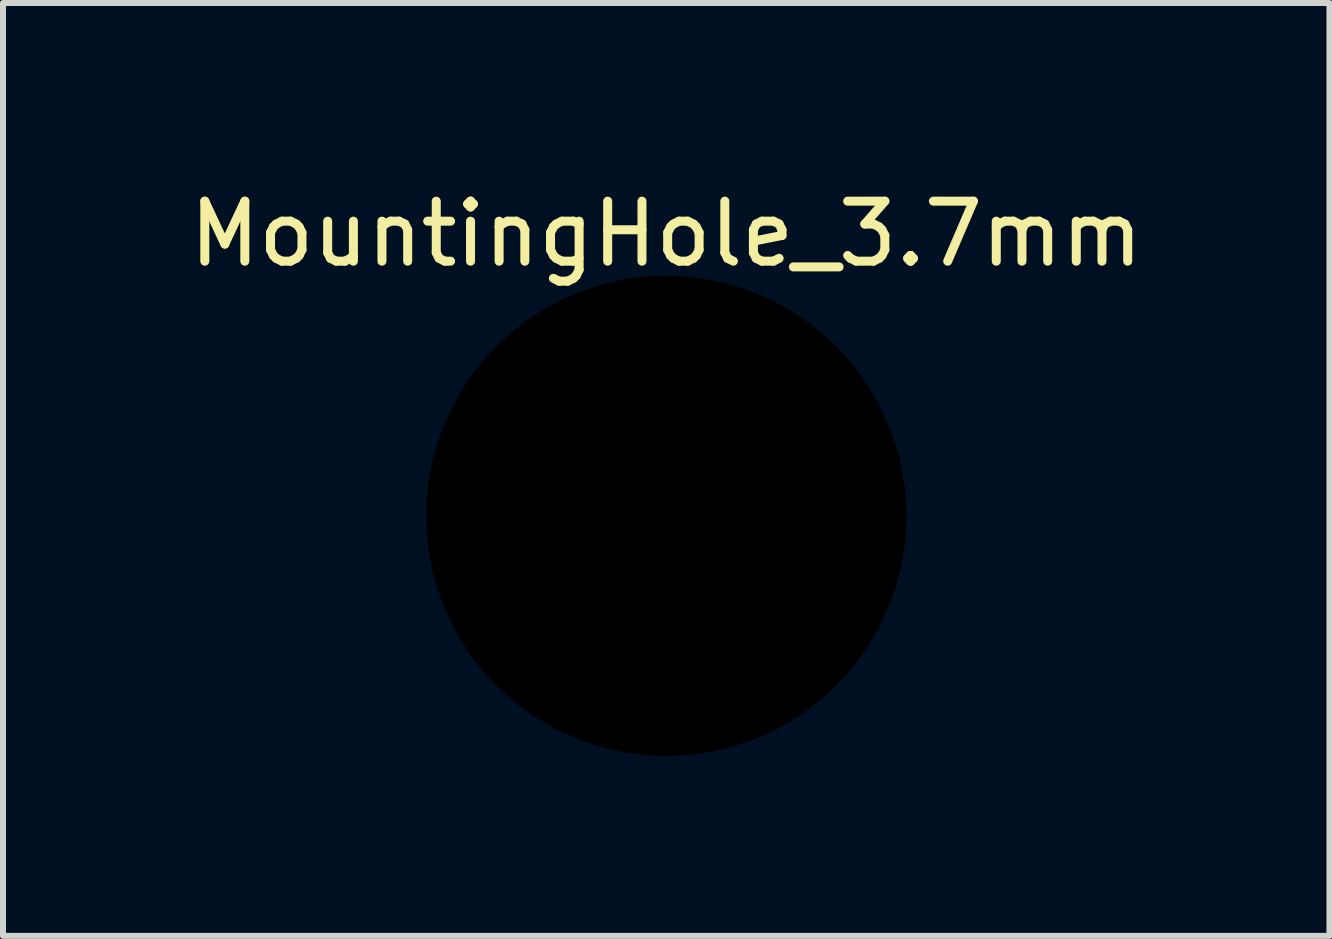
<source format=kicad_pcb>
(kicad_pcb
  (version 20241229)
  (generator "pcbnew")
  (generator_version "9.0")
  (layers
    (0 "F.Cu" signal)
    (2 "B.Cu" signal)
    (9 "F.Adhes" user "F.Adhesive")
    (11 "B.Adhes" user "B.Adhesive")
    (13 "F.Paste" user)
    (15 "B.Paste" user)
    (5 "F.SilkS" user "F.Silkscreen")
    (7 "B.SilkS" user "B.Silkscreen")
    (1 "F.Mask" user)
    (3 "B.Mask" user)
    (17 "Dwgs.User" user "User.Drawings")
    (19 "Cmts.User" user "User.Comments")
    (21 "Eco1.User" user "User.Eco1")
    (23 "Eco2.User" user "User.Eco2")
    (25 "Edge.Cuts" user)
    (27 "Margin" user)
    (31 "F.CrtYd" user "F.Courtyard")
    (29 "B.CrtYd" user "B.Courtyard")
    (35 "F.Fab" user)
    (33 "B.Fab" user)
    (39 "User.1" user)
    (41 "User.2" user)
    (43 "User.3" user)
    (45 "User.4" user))
  (footprint "MountingHole_3.7mm"
    (layer "F.Cu")
    (at 8.054 5.548)
    (property "Reference" "MountingHole_3.7mm" (at 0 -4.7 0) (layer "F.SilkS") (effects (font (size 1 1) (thickness 0.15))))
    (attr through_hole exclude_from_pos_files exclude_from_bom)
    (fp_circle (center 0 0) (end 3.7 0) (stroke (width 0.15) (type solid)) (fill no) (layer "Cmts.User"))
    (fp_circle (center 0 0) (end 3.95 0) (stroke (width 0.05) (type solid)) (fill no) (layer "F.CrtYd"))
    (pad "" np_thru_hole circle (at 0 0) (size 8 8) (drill 8) (layers "*.Mask")))
  (gr_rect
    (start -3 -3)
    (end 19.107 12.548)
    (stroke (width 0.1) (type default))
    (fill no)
    (layer "Edge.Cuts")))
</source>
